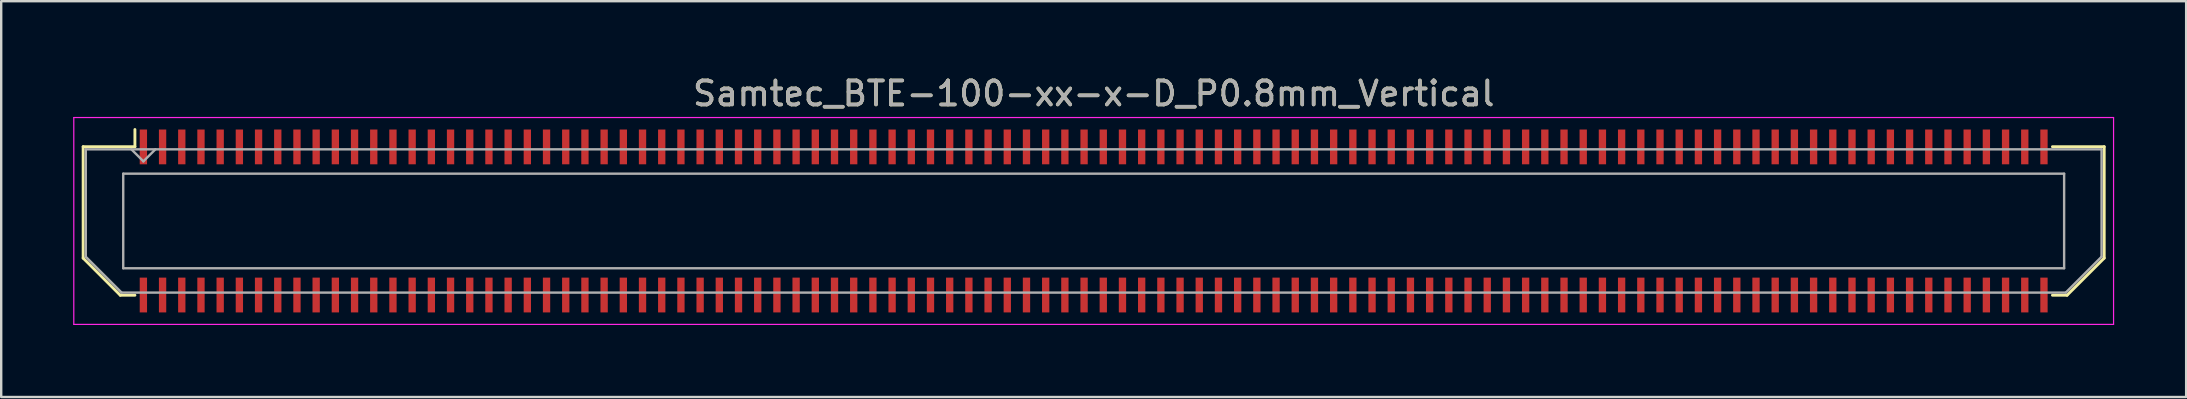
<source format=kicad_pcb>
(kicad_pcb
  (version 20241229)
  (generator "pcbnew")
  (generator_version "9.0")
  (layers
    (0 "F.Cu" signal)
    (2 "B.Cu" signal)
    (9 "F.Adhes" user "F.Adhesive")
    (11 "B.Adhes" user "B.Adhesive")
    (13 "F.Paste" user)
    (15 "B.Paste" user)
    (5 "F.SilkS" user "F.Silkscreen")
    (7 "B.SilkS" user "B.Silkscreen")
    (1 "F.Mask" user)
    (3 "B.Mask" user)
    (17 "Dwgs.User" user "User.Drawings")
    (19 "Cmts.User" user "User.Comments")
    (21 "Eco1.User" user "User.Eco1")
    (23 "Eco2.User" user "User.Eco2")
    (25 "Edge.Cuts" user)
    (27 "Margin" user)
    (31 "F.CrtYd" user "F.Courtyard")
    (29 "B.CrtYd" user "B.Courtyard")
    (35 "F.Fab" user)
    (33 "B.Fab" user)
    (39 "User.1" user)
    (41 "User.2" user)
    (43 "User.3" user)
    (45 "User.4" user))
  (footprint "Samtec_BTE-100-xx-x-D_P0.8mm_Vertical"
    (layer "F.Cu")
    (at 42.525 6.158)
    (property "Reference" "Samtec_BTE-100-xx-x-D_P0.8mm_Vertical" (at 0 -5.31 0) (layer "F.SilkS") (effects (font (size 1 1) (thickness 0.15))))
    (attr smd)
    (fp_line (start -42.11 -3.095) (end -42.11 1.548) (stroke (width 0.12) (type solid)) (layer "F.SilkS"))
    (fp_line (start -42.11 1.548) (end -40.562 3.095) (stroke (width 0.12) (type solid)) (layer "F.SilkS"))
    (fp_line (start -40.562 3.095) (end -39.953 3.095) (stroke (width 0.12) (type solid)) (layer "F.SilkS"))
    (fp_line (start -39.953 -3.811) (end -39.953 -3.095) (stroke (width 0.12) (type solid)) (layer "F.SilkS"))
    (fp_line (start -39.953 -3.095) (end -42.11 -3.095) (stroke (width 0.12) (type solid)) (layer "F.SilkS"))
    (fp_line (start 39.953 -3.095) (end 42.11 -3.095) (stroke (width 0.12) (type solid)) (layer "F.SilkS"))
    (fp_line (start 40.562 3.095) (end 39.953 3.095) (stroke (width 0.12) (type solid)) (layer "F.SilkS"))
    (fp_line (start 42.11 -3.095) (end 42.11 1.548) (stroke (width 0.12) (type solid)) (layer "F.SilkS"))
    (fp_line (start 42.11 1.548) (end 40.562 3.095) (stroke (width 0.12) (type solid)) (layer "F.SilkS"))
    (fp_line (start -42.5 -4.31) (end -42.5 4.31) (stroke (width 0.05) (type solid)) (layer "F.CrtYd"))
    (fp_line (start -42.5 4.31) (end 42.5 4.31) (stroke (width 0.05) (type solid)) (layer "F.CrtYd"))
    (fp_line (start 42.5 -4.31) (end -42.5 -4.31) (stroke (width 0.05) (type solid)) (layer "F.CrtYd"))
    (fp_line (start 42.5 4.31) (end 42.5 -4.31) (stroke (width 0.05) (type solid)) (layer "F.CrtYd"))
    (fp_line (start -42 -2.985) (end -42 1.492) (stroke (width 0.1) (type solid)) (layer "F.Fab"))
    (fp_line (start -42 -2.985) (end 42 -2.985) (stroke (width 0.1) (type solid)) (layer "F.Fab"))
    (fp_line (start -42 1.492) (end -40.508 2.985) (stroke (width 0.1) (type solid)) (layer "F.Fab"))
    (fp_line (start -40.508 2.985) (end 40.508 2.985) (stroke (width 0.1) (type solid)) (layer "F.Fab"))
    (fp_line (start -40.44 -1.97) (end -40.44 1.97) (stroke (width 0.1) (type solid)) (layer "F.Fab"))
    (fp_line (start -40.44 1.97) (end 40.44 1.97) (stroke (width 0.1) (type solid)) (layer "F.Fab"))
    (fp_line (start -39.6 -2.485) (end -40.1 -2.985) (stroke (width 0.1) (type solid)) (layer "F.Fab"))
    (fp_line (start -39.1 -2.985) (end -39.6 -2.485) (stroke (width 0.1) (type solid)) (layer "F.Fab"))
    (fp_line (start 40.44 -1.97) (end -40.44 -1.97) (stroke (width 0.1) (type solid)) (layer "F.Fab"))
    (fp_line (start 40.44 1.97) (end 40.44 -1.97) (stroke (width 0.1) (type solid)) (layer "F.Fab"))
    (fp_line (start 42 -2.985) (end 42 1.492) (stroke (width 0.1) (type solid)) (layer "F.Fab"))
    (fp_line (start 42 1.492) (end 40.508 2.985) (stroke (width 0.1) (type solid)) (layer "F.Fab"))
    (fp_text user "${REFERENCE}" (at 0 -5.31 0) (layer "F.Fab") (effects (font (size 1 1) (thickness 0.15))))
    (pad "1" smd rect (at -39.6 -3.086) (size 0.305 1.45) (layers "F.Cu" "F.Mask" "F.Paste"))
    (pad "2" smd rect (at -39.6 3.086) (size 0.305 1.45) (layers "F.Cu" "F.Mask" "F.Paste"))
    (pad "3" smd rect (at -38.8 -3.086) (size 0.305 1.45) (layers "F.Cu" "F.Mask" "F.Paste"))
    (pad "4" smd rect (at -38.8 3.086) (size 0.305 1.45) (layers "F.Cu" "F.Mask" "F.Paste"))
    (pad "5" smd rect (at -38 -3.086) (size 0.305 1.45) (layers "F.Cu" "F.Mask" "F.Paste"))
    (pad "6" smd rect (at -38 3.086) (size 0.305 1.45) (layers "F.Cu" "F.Mask" "F.Paste"))
    (pad "7" smd rect (at -37.2 -3.086) (size 0.305 1.45) (layers "F.Cu" "F.Mask" "F.Paste"))
    (pad "8" smd rect (at -37.2 3.086) (size 0.305 1.45) (layers "F.Cu" "F.Mask" "F.Paste"))
    (pad "9" smd rect (at -36.4 -3.086) (size 0.305 1.45) (layers "F.Cu" "F.Mask" "F.Paste"))
    (pad "10" smd rect (at -36.4 3.086) (size 0.305 1.45) (layers "F.Cu" "F.Mask" "F.Paste"))
    (pad "11" smd rect (at -35.6 -3.086) (size 0.305 1.45) (layers "F.Cu" "F.Mask" "F.Paste"))
    (pad "12" smd rect (at -35.6 3.086) (size 0.305 1.45) (layers "F.Cu" "F.Mask" "F.Paste"))
    (pad "13" smd rect (at -34.8 -3.086) (size 0.305 1.45) (layers "F.Cu" "F.Mask" "F.Paste"))
    (pad "14" smd rect (at -34.8 3.086) (size 0.305 1.45) (layers "F.Cu" "F.Mask" "F.Paste"))
    (pad "15" smd rect (at -34 -3.086) (size 0.305 1.45) (layers "F.Cu" "F.Mask" "F.Paste"))
    (pad "16" smd rect (at -34 3.086) (size 0.305 1.45) (layers "F.Cu" "F.Mask" "F.Paste"))
    (pad "17" smd rect (at -33.2 -3.086) (size 0.305 1.45) (layers "F.Cu" "F.Mask" "F.Paste"))
    (pad "18" smd rect (at -33.2 3.086) (size 0.305 1.45) (layers "F.Cu" "F.Mask" "F.Paste"))
    (pad "19" smd rect (at -32.4 -3.086) (size 0.305 1.45) (layers "F.Cu" "F.Mask" "F.Paste"))
    (pad "20" smd rect (at -32.4 3.086) (size 0.305 1.45) (layers "F.Cu" "F.Mask" "F.Paste"))
    (pad "21" smd rect (at -31.6 -3.086) (size 0.305 1.45) (layers "F.Cu" "F.Mask" "F.Paste"))
    (pad "22" smd rect (at -31.6 3.086) (size 0.305 1.45) (layers "F.Cu" "F.Mask" "F.Paste"))
    (pad "23" smd rect (at -30.8 -3.086) (size 0.305 1.45) (layers "F.Cu" "F.Mask" "F.Paste"))
    (pad "24" smd rect (at -30.8 3.086) (size 0.305 1.45) (layers "F.Cu" "F.Mask" "F.Paste"))
    (pad "25" smd rect (at -30 -3.086) (size 0.305 1.45) (layers "F.Cu" "F.Mask" "F.Paste"))
    (pad "26" smd rect (at -30 3.086) (size 0.305 1.45) (layers "F.Cu" "F.Mask" "F.Paste"))
    (pad "27" smd rect (at -29.2 -3.086) (size 0.305 1.45) (layers "F.Cu" "F.Mask" "F.Paste"))
    (pad "28" smd rect (at -29.2 3.086) (size 0.305 1.45) (layers "F.Cu" "F.Mask" "F.Paste"))
    (pad "29" smd rect (at -28.4 -3.086) (size 0.305 1.45) (layers "F.Cu" "F.Mask" "F.Paste"))
    (pad "30" smd rect (at -28.4 3.086) (size 0.305 1.45) (layers "F.Cu" "F.Mask" "F.Paste"))
    (pad "31" smd rect (at -27.6 -3.086) (size 0.305 1.45) (layers "F.Cu" "F.Mask" "F.Paste"))
    (pad "32" smd rect (at -27.6 3.086) (size 0.305 1.45) (layers "F.Cu" "F.Mask" "F.Paste"))
    (pad "33" smd rect (at -26.8 -3.086) (size 0.305 1.45) (layers "F.Cu" "F.Mask" "F.Paste"))
    (pad "34" smd rect (at -26.8 3.086) (size 0.305 1.45) (layers "F.Cu" "F.Mask" "F.Paste"))
    (pad "35" smd rect (at -26 -3.086) (size 0.305 1.45) (layers "F.Cu" "F.Mask" "F.Paste"))
    (pad "36" smd rect (at -26 3.086) (size 0.305 1.45) (layers "F.Cu" "F.Mask" "F.Paste"))
    (pad "37" smd rect (at -25.2 -3.086) (size 0.305 1.45) (layers "F.Cu" "F.Mask" "F.Paste"))
    (pad "38" smd rect (at -25.2 3.086) (size 0.305 1.45) (layers "F.Cu" "F.Mask" "F.Paste"))
    (pad "39" smd rect (at -24.4 -3.086) (size 0.305 1.45) (layers "F.Cu" "F.Mask" "F.Paste"))
    (pad "40" smd rect (at -24.4 3.086) (size 0.305 1.45) (layers "F.Cu" "F.Mask" "F.Paste"))
    (pad "41" smd rect (at -23.6 -3.086) (size 0.305 1.45) (layers "F.Cu" "F.Mask" "F.Paste"))
    (pad "42" smd rect (at -23.6 3.086) (size 0.305 1.45) (layers "F.Cu" "F.Mask" "F.Paste"))
    (pad "43" smd rect (at -22.8 -3.086) (size 0.305 1.45) (layers "F.Cu" "F.Mask" "F.Paste"))
    (pad "44" smd rect (at -22.8 3.086) (size 0.305 1.45) (layers "F.Cu" "F.Mask" "F.Paste"))
    (pad "45" smd rect (at -22 -3.086) (size 0.305 1.45) (layers "F.Cu" "F.Mask" "F.Paste"))
    (pad "46" smd rect (at -22 3.086) (size 0.305 1.45) (layers "F.Cu" "F.Mask" "F.Paste"))
    (pad "47" smd rect (at -21.2 -3.086) (size 0.305 1.45) (layers "F.Cu" "F.Mask" "F.Paste"))
    (pad "48" smd rect (at -21.2 3.086) (size 0.305 1.45) (layers "F.Cu" "F.Mask" "F.Paste"))
    (pad "49" smd rect (at -20.4 -3.086) (size 0.305 1.45) (layers "F.Cu" "F.Mask" "F.Paste"))
    (pad "50" smd rect (at -20.4 3.086) (size 0.305 1.45) (layers "F.Cu" "F.Mask" "F.Paste"))
    (pad "51" smd rect (at -19.6 -3.086) (size 0.305 1.45) (layers "F.Cu" "F.Mask" "F.Paste"))
    (pad "52" smd rect (at -19.6 3.086) (size 0.305 1.45) (layers "F.Cu" "F.Mask" "F.Paste"))
    (pad "53" smd rect (at -18.8 -3.086) (size 0.305 1.45) (layers "F.Cu" "F.Mask" "F.Paste"))
    (pad "54" smd rect (at -18.8 3.086) (size 0.305 1.45) (layers "F.Cu" "F.Mask" "F.Paste"))
    (pad "55" smd rect (at -18 -3.086) (size 0.305 1.45) (layers "F.Cu" "F.Mask" "F.Paste"))
    (pad "56" smd rect (at -18 3.086) (size 0.305 1.45) (layers "F.Cu" "F.Mask" "F.Paste"))
    (pad "57" smd rect (at -17.2 -3.086) (size 0.305 1.45) (layers "F.Cu" "F.Mask" "F.Paste"))
    (pad "58" smd rect (at -17.2 3.086) (size 0.305 1.45) (layers "F.Cu" "F.Mask" "F.Paste"))
    (pad "59" smd rect (at -16.4 -3.086) (size 0.305 1.45) (layers "F.Cu" "F.Mask" "F.Paste"))
    (pad "60" smd rect (at -16.4 3.086) (size 0.305 1.45) (layers "F.Cu" "F.Mask" "F.Paste"))
    (pad "61" smd rect (at -15.6 -3.086) (size 0.305 1.45) (layers "F.Cu" "F.Mask" "F.Paste"))
    (pad "62" smd rect (at -15.6 3.086) (size 0.305 1.45) (layers "F.Cu" "F.Mask" "F.Paste"))
    (pad "63" smd rect (at -14.8 -3.086) (size 0.305 1.45) (layers "F.Cu" "F.Mask" "F.Paste"))
    (pad "64" smd rect (at -14.8 3.086) (size 0.305 1.45) (layers "F.Cu" "F.Mask" "F.Paste"))
    (pad "65" smd rect (at -14 -3.086) (size 0.305 1.45) (layers "F.Cu" "F.Mask" "F.Paste"))
    (pad "66" smd rect (at -14 3.086) (size 0.305 1.45) (layers "F.Cu" "F.Mask" "F.Paste"))
    (pad "67" smd rect (at -13.2 -3.086) (size 0.305 1.45) (layers "F.Cu" "F.Mask" "F.Paste"))
    (pad "68" smd rect (at -13.2 3.086) (size 0.305 1.45) (layers "F.Cu" "F.Mask" "F.Paste"))
    (pad "69" smd rect (at -12.4 -3.086) (size 0.305 1.45) (layers "F.Cu" "F.Mask" "F.Paste"))
    (pad "70" smd rect (at -12.4 3.086) (size 0.305 1.45) (layers "F.Cu" "F.Mask" "F.Paste"))
    (pad "71" smd rect (at -11.6 -3.086) (size 0.305 1.45) (layers "F.Cu" "F.Mask" "F.Paste"))
    (pad "72" smd rect (at -11.6 3.086) (size 0.305 1.45) (layers "F.Cu" "F.Mask" "F.Paste"))
    (pad "73" smd rect (at -10.8 -3.086) (size 0.305 1.45) (layers "F.Cu" "F.Mask" "F.Paste"))
    (pad "74" smd rect (at -10.8 3.086) (size 0.305 1.45) (layers "F.Cu" "F.Mask" "F.Paste"))
    (pad "75" smd rect (at -10 -3.086) (size 0.305 1.45) (layers "F.Cu" "F.Mask" "F.Paste"))
    (pad "76" smd rect (at -10 3.086) (size 0.305 1.45) (layers "F.Cu" "F.Mask" "F.Paste"))
    (pad "77" smd rect (at -9.2 -3.086) (size 0.305 1.45) (layers "F.Cu" "F.Mask" "F.Paste"))
    (pad "78" smd rect (at -9.2 3.086) (size 0.305 1.45) (layers "F.Cu" "F.Mask" "F.Paste"))
    (pad "79" smd rect (at -8.4 -3.086) (size 0.305 1.45) (layers "F.Cu" "F.Mask" "F.Paste"))
    (pad "80" smd rect (at -8.4 3.086) (size 0.305 1.45) (layers "F.Cu" "F.Mask" "F.Paste"))
    (pad "81" smd rect (at -7.6 -3.086) (size 0.305 1.45) (layers "F.Cu" "F.Mask" "F.Paste"))
    (pad "82" smd rect (at -7.6 3.086) (size 0.305 1.45) (layers "F.Cu" "F.Mask" "F.Paste"))
    (pad "83" smd rect (at -6.8 -3.086) (size 0.305 1.45) (layers "F.Cu" "F.Mask" "F.Paste"))
    (pad "84" smd rect (at -6.8 3.086) (size 0.305 1.45) (layers "F.Cu" "F.Mask" "F.Paste"))
    (pad "85" smd rect (at -6 -3.086) (size 0.305 1.45) (layers "F.Cu" "F.Mask" "F.Paste"))
    (pad "86" smd rect (at -6 3.086) (size 0.305 1.45) (layers "F.Cu" "F.Mask" "F.Paste"))
    (pad "87" smd rect (at -5.2 -3.086) (size 0.305 1.45) (layers "F.Cu" "F.Mask" "F.Paste"))
    (pad "88" smd rect (at -5.2 3.086) (size 0.305 1.45) (layers "F.Cu" "F.Mask" "F.Paste"))
    (pad "89" smd rect (at -4.4 -3.086) (size 0.305 1.45) (layers "F.Cu" "F.Mask" "F.Paste"))
    (pad "90" smd rect (at -4.4 3.086) (size 0.305 1.45) (layers "F.Cu" "F.Mask" "F.Paste"))
    (pad "91" smd rect (at -3.6 -3.086) (size 0.305 1.45) (layers "F.Cu" "F.Mask" "F.Paste"))
    (pad "92" smd rect (at -3.6 3.086) (size 0.305 1.45) (layers "F.Cu" "F.Mask" "F.Paste"))
    (pad "93" smd rect (at -2.8 -3.086) (size 0.305 1.45) (layers "F.Cu" "F.Mask" "F.Paste"))
    (pad "94" smd rect (at -2.8 3.086) (size 0.305 1.45) (layers "F.Cu" "F.Mask" "F.Paste"))
    (pad "95" smd rect (at -2 -3.086) (size 0.305 1.45) (layers "F.Cu" "F.Mask" "F.Paste"))
    (pad "96" smd rect (at -2 3.086) (size 0.305 1.45) (layers "F.Cu" "F.Mask" "F.Paste"))
    (pad "97" smd rect (at -1.2 -3.086) (size 0.305 1.45) (layers "F.Cu" "F.Mask" "F.Paste"))
    (pad "98" smd rect (at -1.2 3.086) (size 0.305 1.45) (layers "F.Cu" "F.Mask" "F.Paste"))
    (pad "99" smd rect (at -0.4 -3.086) (size 0.305 1.45) (layers "F.Cu" "F.Mask" "F.Paste"))
    (pad "100" smd rect (at -0.4 3.086) (size 0.305 1.45) (layers "F.Cu" "F.Mask" "F.Paste"))
    (pad "101" smd rect (at 0.4 -3.086) (size 0.305 1.45) (layers "F.Cu" "F.Mask" "F.Paste"))
    (pad "102" smd rect (at 0.4 3.086) (size 0.305 1.45) (layers "F.Cu" "F.Mask" "F.Paste"))
    (pad "103" smd rect (at 1.2 -3.086) (size 0.305 1.45) (layers "F.Cu" "F.Mask" "F.Paste"))
    (pad "104" smd rect (at 1.2 3.086) (size 0.305 1.45) (layers "F.Cu" "F.Mask" "F.Paste"))
    (pad "105" smd rect (at 2 -3.086) (size 0.305 1.45) (layers "F.Cu" "F.Mask" "F.Paste"))
    (pad "106" smd rect (at 2 3.086) (size 0.305 1.45) (layers "F.Cu" "F.Mask" "F.Paste"))
    (pad "107" smd rect (at 2.8 -3.086) (size 0.305 1.45) (layers "F.Cu" "F.Mask" "F.Paste"))
    (pad "108" smd rect (at 2.8 3.086) (size 0.305 1.45) (layers "F.Cu" "F.Mask" "F.Paste"))
    (pad "109" smd rect (at 3.6 -3.086) (size 0.305 1.45) (layers "F.Cu" "F.Mask" "F.Paste"))
    (pad "110" smd rect (at 3.6 3.086) (size 0.305 1.45) (layers "F.Cu" "F.Mask" "F.Paste"))
    (pad "111" smd rect (at 4.4 -3.086) (size 0.305 1.45) (layers "F.Cu" "F.Mask" "F.Paste"))
    (pad "112" smd rect (at 4.4 3.086) (size 0.305 1.45) (layers "F.Cu" "F.Mask" "F.Paste"))
    (pad "113" smd rect (at 5.2 -3.086) (size 0.305 1.45) (layers "F.Cu" "F.Mask" "F.Paste"))
    (pad "114" smd rect (at 5.2 3.086) (size 0.305 1.45) (layers "F.Cu" "F.Mask" "F.Paste"))
    (pad "115" smd rect (at 6 -3.086) (size 0.305 1.45) (layers "F.Cu" "F.Mask" "F.Paste"))
    (pad "116" smd rect (at 6 3.086) (size 0.305 1.45) (layers "F.Cu" "F.Mask" "F.Paste"))
    (pad "117" smd rect (at 6.8 -3.086) (size 0.305 1.45) (layers "F.Cu" "F.Mask" "F.Paste"))
    (pad "118" smd rect (at 6.8 3.086) (size 0.305 1.45) (layers "F.Cu" "F.Mask" "F.Paste"))
    (pad "119" smd rect (at 7.6 -3.086) (size 0.305 1.45) (layers "F.Cu" "F.Mask" "F.Paste"))
    (pad "120" smd rect (at 7.6 3.086) (size 0.305 1.45) (layers "F.Cu" "F.Mask" "F.Paste"))
    (pad "121" smd rect (at 8.4 -3.086) (size 0.305 1.45) (layers "F.Cu" "F.Mask" "F.Paste"))
    (pad "122" smd rect (at 8.4 3.086) (size 0.305 1.45) (layers "F.Cu" "F.Mask" "F.Paste"))
    (pad "123" smd rect (at 9.2 -3.086) (size 0.305 1.45) (layers "F.Cu" "F.Mask" "F.Paste"))
    (pad "124" smd rect (at 9.2 3.086) (size 0.305 1.45) (layers "F.Cu" "F.Mask" "F.Paste"))
    (pad "125" smd rect (at 10 -3.086) (size 0.305 1.45) (layers "F.Cu" "F.Mask" "F.Paste"))
    (pad "126" smd rect (at 10 3.086) (size 0.305 1.45) (layers "F.Cu" "F.Mask" "F.Paste"))
    (pad "127" smd rect (at 10.8 -3.086) (size 0.305 1.45) (layers "F.Cu" "F.Mask" "F.Paste"))
    (pad "128" smd rect (at 10.8 3.086) (size 0.305 1.45) (layers "F.Cu" "F.Mask" "F.Paste"))
    (pad "129" smd rect (at 11.6 -3.086) (size 0.305 1.45) (layers "F.Cu" "F.Mask" "F.Paste"))
    (pad "130" smd rect (at 11.6 3.086) (size 0.305 1.45) (layers "F.Cu" "F.Mask" "F.Paste"))
    (pad "131" smd rect (at 12.4 -3.086) (size 0.305 1.45) (layers "F.Cu" "F.Mask" "F.Paste"))
    (pad "132" smd rect (at 12.4 3.086) (size 0.305 1.45) (layers "F.Cu" "F.Mask" "F.Paste"))
    (pad "133" smd rect (at 13.2 -3.086) (size 0.305 1.45) (layers "F.Cu" "F.Mask" "F.Paste"))
    (pad "134" smd rect (at 13.2 3.086) (size 0.305 1.45) (layers "F.Cu" "F.Mask" "F.Paste"))
    (pad "135" smd rect (at 14 -3.086) (size 0.305 1.45) (layers "F.Cu" "F.Mask" "F.Paste"))
    (pad "136" smd rect (at 14 3.086) (size 0.305 1.45) (layers "F.Cu" "F.Mask" "F.Paste"))
    (pad "137" smd rect (at 14.8 -3.086) (size 0.305 1.45) (layers "F.Cu" "F.Mask" "F.Paste"))
    (pad "138" smd rect (at 14.8 3.086) (size 0.305 1.45) (layers "F.Cu" "F.Mask" "F.Paste"))
    (pad "139" smd rect (at 15.6 -3.086) (size 0.305 1.45) (layers "F.Cu" "F.Mask" "F.Paste"))
    (pad "140" smd rect (at 15.6 3.086) (size 0.305 1.45) (layers "F.Cu" "F.Mask" "F.Paste"))
    (pad "141" smd rect (at 16.4 -3.086) (size 0.305 1.45) (layers "F.Cu" "F.Mask" "F.Paste"))
    (pad "142" smd rect (at 16.4 3.086) (size 0.305 1.45) (layers "F.Cu" "F.Mask" "F.Paste"))
    (pad "143" smd rect (at 17.2 -3.086) (size 0.305 1.45) (layers "F.Cu" "F.Mask" "F.Paste"))
    (pad "144" smd rect (at 17.2 3.086) (size 0.305 1.45) (layers "F.Cu" "F.Mask" "F.Paste"))
    (pad "145" smd rect (at 18 -3.086) (size 0.305 1.45) (layers "F.Cu" "F.Mask" "F.Paste"))
    (pad "146" smd rect (at 18 3.086) (size 0.305 1.45) (layers "F.Cu" "F.Mask" "F.Paste"))
    (pad "147" smd rect (at 18.8 -3.086) (size 0.305 1.45) (layers "F.Cu" "F.Mask" "F.Paste"))
    (pad "148" smd rect (at 18.8 3.086) (size 0.305 1.45) (layers "F.Cu" "F.Mask" "F.Paste"))
    (pad "149" smd rect (at 19.6 -3.086) (size 0.305 1.45) (layers "F.Cu" "F.Mask" "F.Paste"))
    (pad "150" smd rect (at 19.6 3.086) (size 0.305 1.45) (layers "F.Cu" "F.Mask" "F.Paste"))
    (pad "151" smd rect (at 20.4 -3.086) (size 0.305 1.45) (layers "F.Cu" "F.Mask" "F.Paste"))
    (pad "152" smd rect (at 20.4 3.086) (size 0.305 1.45) (layers "F.Cu" "F.Mask" "F.Paste"))
    (pad "153" smd rect (at 21.2 -3.086) (size 0.305 1.45) (layers "F.Cu" "F.Mask" "F.Paste"))
    (pad "154" smd rect (at 21.2 3.086) (size 0.305 1.45) (layers "F.Cu" "F.Mask" "F.Paste"))
    (pad "155" smd rect (at 22 -3.086) (size 0.305 1.45) (layers "F.Cu" "F.Mask" "F.Paste"))
    (pad "156" smd rect (at 22 3.086) (size 0.305 1.45) (layers "F.Cu" "F.Mask" "F.Paste"))
    (pad "157" smd rect (at 22.8 -3.086) (size 0.305 1.45) (layers "F.Cu" "F.Mask" "F.Paste"))
    (pad "158" smd rect (at 22.8 3.086) (size 0.305 1.45) (layers "F.Cu" "F.Mask" "F.Paste"))
    (pad "159" smd rect (at 23.6 -3.086) (size 0.305 1.45) (layers "F.Cu" "F.Mask" "F.Paste"))
    (pad "160" smd rect (at 23.6 3.086) (size 0.305 1.45) (layers "F.Cu" "F.Mask" "F.Paste"))
    (pad "161" smd rect (at 24.4 -3.086) (size 0.305 1.45) (layers "F.Cu" "F.Mask" "F.Paste"))
    (pad "162" smd rect (at 24.4 3.086) (size 0.305 1.45) (layers "F.Cu" "F.Mask" "F.Paste"))
    (pad "163" smd rect (at 25.2 -3.086) (size 0.305 1.45) (layers "F.Cu" "F.Mask" "F.Paste"))
    (pad "164" smd rect (at 25.2 3.086) (size 0.305 1.45) (layers "F.Cu" "F.Mask" "F.Paste"))
    (pad "165" smd rect (at 26 -3.086) (size 0.305 1.45) (layers "F.Cu" "F.Mask" "F.Paste"))
    (pad "166" smd rect (at 26 3.086) (size 0.305 1.45) (layers "F.Cu" "F.Mask" "F.Paste"))
    (pad "167" smd rect (at 26.8 -3.086) (size 0.305 1.45) (layers "F.Cu" "F.Mask" "F.Paste"))
    (pad "168" smd rect (at 26.8 3.086) (size 0.305 1.45) (layers "F.Cu" "F.Mask" "F.Paste"))
    (pad "169" smd rect (at 27.6 -3.086) (size 0.305 1.45) (layers "F.Cu" "F.Mask" "F.Paste"))
    (pad "170" smd rect (at 27.6 3.086) (size 0.305 1.45) (layers "F.Cu" "F.Mask" "F.Paste"))
    (pad "171" smd rect (at 28.4 -3.086) (size 0.305 1.45) (layers "F.Cu" "F.Mask" "F.Paste"))
    (pad "172" smd rect (at 28.4 3.086) (size 0.305 1.45) (layers "F.Cu" "F.Mask" "F.Paste"))
    (pad "173" smd rect (at 29.2 -3.086) (size 0.305 1.45) (layers "F.Cu" "F.Mask" "F.Paste"))
    (pad "174" smd rect (at 29.2 3.086) (size 0.305 1.45) (layers "F.Cu" "F.Mask" "F.Paste"))
    (pad "175" smd rect (at 30 -3.086) (size 0.305 1.45) (layers "F.Cu" "F.Mask" "F.Paste"))
    (pad "176" smd rect (at 30 3.086) (size 0.305 1.45) (layers "F.Cu" "F.Mask" "F.Paste"))
    (pad "177" smd rect (at 30.8 -3.086) (size 0.305 1.45) (layers "F.Cu" "F.Mask" "F.Paste"))
    (pad "178" smd rect (at 30.8 3.086) (size 0.305 1.45) (layers "F.Cu" "F.Mask" "F.Paste"))
    (pad "179" smd rect (at 31.6 -3.086) (size 0.305 1.45) (layers "F.Cu" "F.Mask" "F.Paste"))
    (pad "180" smd rect (at 31.6 3.086) (size 0.305 1.45) (layers "F.Cu" "F.Mask" "F.Paste"))
    (pad "181" smd rect (at 32.4 -3.086) (size 0.305 1.45) (layers "F.Cu" "F.Mask" "F.Paste"))
    (pad "182" smd rect (at 32.4 3.086) (size 0.305 1.45) (layers "F.Cu" "F.Mask" "F.Paste"))
    (pad "183" smd rect (at 33.2 -3.086) (size 0.305 1.45) (layers "F.Cu" "F.Mask" "F.Paste"))
    (pad "184" smd rect (at 33.2 3.086) (size 0.305 1.45) (layers "F.Cu" "F.Mask" "F.Paste"))
    (pad "185" smd rect (at 34 -3.086) (size 0.305 1.45) (layers "F.Cu" "F.Mask" "F.Paste"))
    (pad "186" smd rect (at 34 3.086) (size 0.305 1.45) (layers "F.Cu" "F.Mask" "F.Paste"))
    (pad "187" smd rect (at 34.8 -3.086) (size 0.305 1.45) (layers "F.Cu" "F.Mask" "F.Paste"))
    (pad "188" smd rect (at 34.8 3.086) (size 0.305 1.45) (layers "F.Cu" "F.Mask" "F.Paste"))
    (pad "189" smd rect (at 35.6 -3.086) (size 0.305 1.45) (layers "F.Cu" "F.Mask" "F.Paste"))
    (pad "190" smd rect (at 35.6 3.086) (size 0.305 1.45) (layers "F.Cu" "F.Mask" "F.Paste"))
    (pad "191" smd rect (at 36.4 -3.086) (size 0.305 1.45) (layers "F.Cu" "F.Mask" "F.Paste"))
    (pad "192" smd rect (at 36.4 3.086) (size 0.305 1.45) (layers "F.Cu" "F.Mask" "F.Paste"))
    (pad "193" smd rect (at 37.2 -3.086) (size 0.305 1.45) (layers "F.Cu" "F.Mask" "F.Paste"))
    (pad "194" smd rect (at 37.2 3.086) (size 0.305 1.45) (layers "F.Cu" "F.Mask" "F.Paste"))
    (pad "195" smd rect (at 38 -3.086) (size 0.305 1.45) (layers "F.Cu" "F.Mask" "F.Paste"))
    (pad "196" smd rect (at 38 3.086) (size 0.305 1.45) (layers "F.Cu" "F.Mask" "F.Paste"))
    (pad "197" smd rect (at 38.8 -3.086) (size 0.305 1.45) (layers "F.Cu" "F.Mask" "F.Paste"))
    (pad "198" smd rect (at 38.8 3.086) (size 0.305 1.45) (layers "F.Cu" "F.Mask" "F.Paste"))
    (pad "199" smd rect (at 39.6 -3.086) (size 0.305 1.45) (layers "F.Cu" "F.Mask" "F.Paste"))
    (pad "200" smd rect (at 39.6 3.086) (size 0.305 1.45) (layers "F.Cu" "F.Mask" "F.Paste")))
  (gr_rect
    (start -3 -3)
    (end 88.05 13.493)
    (stroke (width 0.1) (type default))
    (fill no)
    (layer "Edge.Cuts")))
</source>
